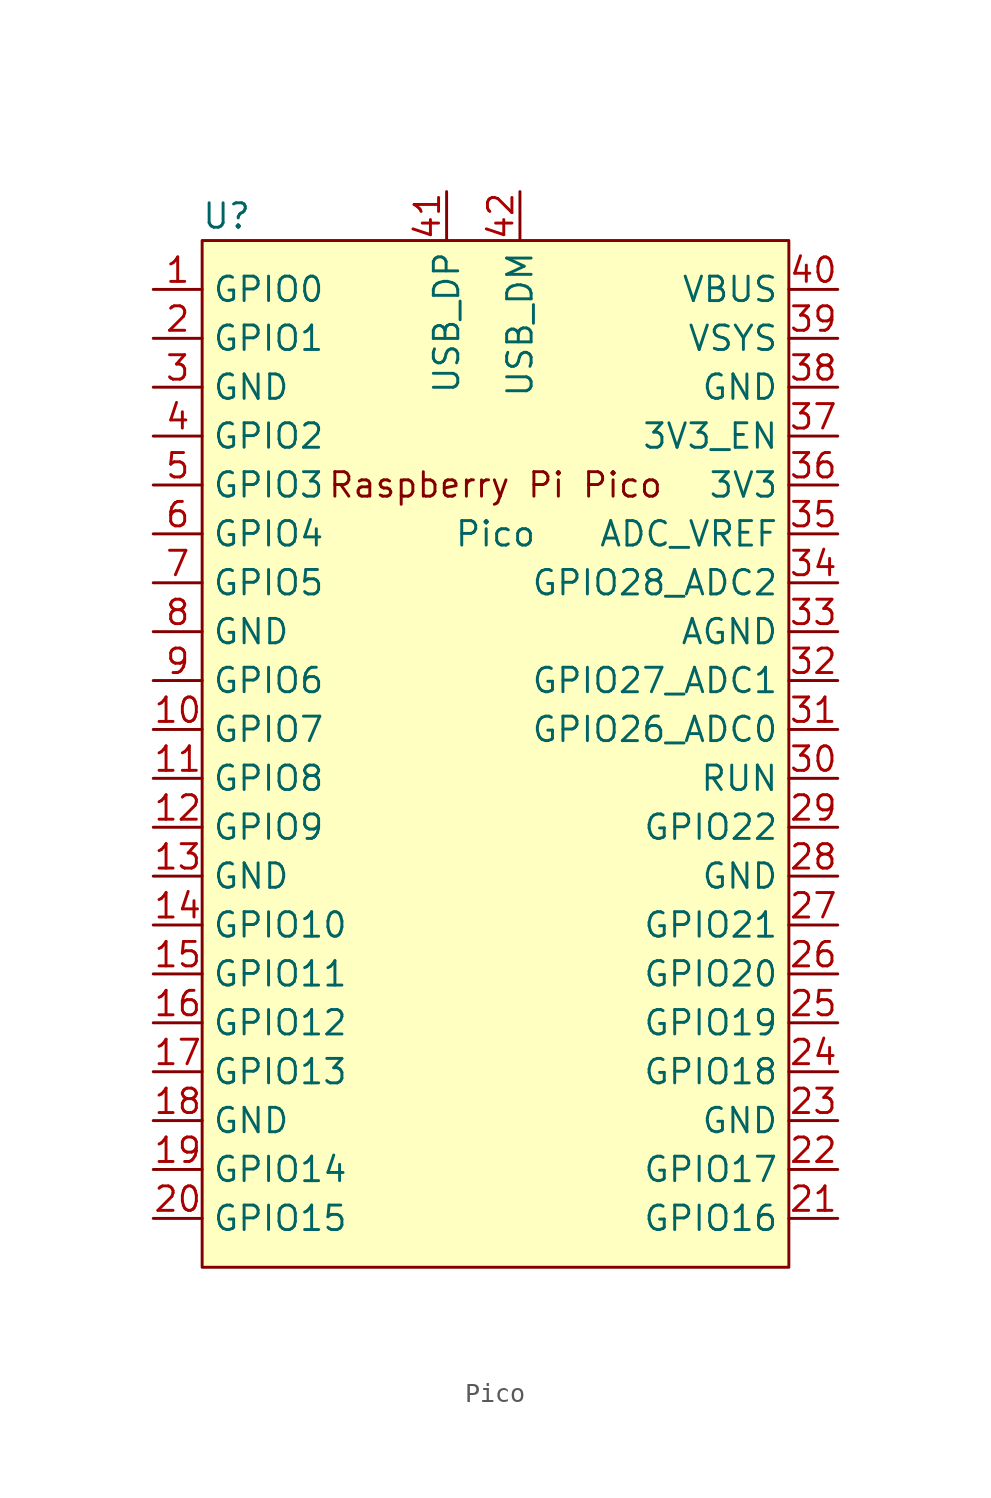
<source format=kicad_sym>
(kicad_symbol_lib
  (version 20211014)
  (generator kicad_symbol_editor)
  (symbol "Pico"
    (property "Reference" "U"
      (at -13.97 27.94 0)
      (effects (font (size 1.27 1.27))))
    (property "Value" "Pico"
      (at 0 11.43 0)
      (effects (font (size 1.27 1.27))))
    (symbol "Pico_0_0"
      (text "Raspberry Pi Pico" (at 0 13.97 0) (effects (font (size 1.27 1.27)))))
    (symbol "Pico_0_1"
      (rectangle (start -15.24 26.67) (end 15.24 -26.67) (stroke (width 0) (type default) (color 0 0 0 0)) (fill (type background))))
    (symbol "Pico_1_1"
      (pin bidirectional line (at -17.78 24.13 0) (length 2.54) (name "GPIO0" (effects (font (size 1.27 1.27)))) (number "1" (effects (font (size 1.27 1.27)))))
      (pin bidirectional line (at -17.78 1.27 0) (length 2.54) (name "GPIO7" (effects (font (size 1.27 1.27)))) (number "10" (effects (font (size 1.27 1.27)))))
      (pin bidirectional line (at -17.78 -1.27 0) (length 2.54) (name "GPIO8" (effects (font (size 1.27 1.27)))) (number "11" (effects (font (size 1.27 1.27)))))
      (pin bidirectional line (at -17.78 -3.81 0) (length 2.54) (name "GPIO9" (effects (font (size 1.27 1.27)))) (number "12" (effects (font (size 1.27 1.27)))))
      (pin power_in line (at -17.78 -6.35 0) (length 2.54) (name "GND" (effects (font (size 1.27 1.27)))) (number "13" (effects (font (size 1.27 1.27)))))
      (pin bidirectional line (at -17.78 -8.89 0) (length 2.54) (name "GPIO10" (effects (font (size 1.27 1.27)))) (number "14" (effects (font (size 1.27 1.27)))))
      (pin bidirectional line (at -17.78 -11.43 0) (length 2.54) (name "GPIO11" (effects (font (size 1.27 1.27)))) (number "15" (effects (font (size 1.27 1.27)))))
      (pin bidirectional line (at -17.78 -13.97 0) (length 2.54) (name "GPIO12" (effects (font (size 1.27 1.27)))) (number "16" (effects (font (size 1.27 1.27)))))
      (pin bidirectional line (at -17.78 -16.51 0) (length 2.54) (name "GPIO13" (effects (font (size 1.27 1.27)))) (number "17" (effects (font (size 1.27 1.27)))))
      (pin power_in line (at -17.78 -19.05 0) (length 2.54) (name "GND" (effects (font (size 1.27 1.27)))) (number "18" (effects (font (size 1.27 1.27)))))
      (pin bidirectional line (at -17.78 -21.59 0) (length 2.54) (name "GPIO14" (effects (font (size 1.27 1.27)))) (number "19" (effects (font (size 1.27 1.27)))))
      (pin bidirectional line (at -17.78 21.59 0) (length 2.54) (name "GPIO1" (effects (font (size 1.27 1.27)))) (number "2" (effects (font (size 1.27 1.27)))))
      (pin bidirectional line (at -17.78 -24.13 0) (length 2.54) (name "GPIO15" (effects (font (size 1.27 1.27)))) (number "20" (effects (font (size 1.27 1.27)))))
      (pin bidirectional line (at 17.78 -24.13 180) (length 2.54) (name "GPIO16" (effects (font (size 1.27 1.27)))) (number "21" (effects (font (size 1.27 1.27)))))
      (pin bidirectional line (at 17.78 -21.59 180) (length 2.54) (name "GPIO17" (effects (font (size 1.27 1.27)))) (number "22" (effects (font (size 1.27 1.27)))))
      (pin power_in line (at 17.78 -19.05 180) (length 2.54) (name "GND" (effects (font (size 1.27 1.27)))) (number "23" (effects (font (size 1.27 1.27)))))
      (pin bidirectional line (at 17.78 -16.51 180) (length 2.54) (name "GPIO18" (effects (font (size 1.27 1.27)))) (number "24" (effects (font (size 1.27 1.27)))))
      (pin bidirectional line (at 17.78 -13.97 180) (length 2.54) (name "GPIO19" (effects (font (size 1.27 1.27)))) (number "25" (effects (font (size 1.27 1.27)))))
      (pin bidirectional line (at 17.78 -11.43 180) (length 2.54) (name "GPIO20" (effects (font (size 1.27 1.27)))) (number "26" (effects (font (size 1.27 1.27)))))
      (pin bidirectional line (at 17.78 -8.89 180) (length 2.54) (name "GPIO21" (effects (font (size 1.27 1.27)))) (number "27" (effects (font (size 1.27 1.27)))))
      (pin power_in line (at 17.78 -6.35 180) (length 2.54) (name "GND" (effects (font (size 1.27 1.27)))) (number "28" (effects (font (size 1.27 1.27)))))
      (pin bidirectional line (at 17.78 -3.81 180) (length 2.54) (name "GPIO22" (effects (font (size 1.27 1.27)))) (number "29" (effects (font (size 1.27 1.27)))))
      (pin power_in line (at -17.78 19.05 0) (length 2.54) (name "GND" (effects (font (size 1.27 1.27)))) (number "3" (effects (font (size 1.27 1.27)))))
      (pin input line (at 17.78 -1.27 180) (length 2.54) (name "RUN" (effects (font (size 1.27 1.27)))) (number "30" (effects (font (size 1.27 1.27)))))
      (pin bidirectional line (at 17.78 1.27 180) (length 2.54) (name "GPIO26_ADC0" (effects (font (size 1.27 1.27)))) (number "31" (effects (font (size 1.27 1.27)))))
      (pin bidirectional line (at 17.78 3.81 180) (length 2.54) (name "GPIO27_ADC1" (effects (font (size 1.27 1.27)))) (number "32" (effects (font (size 1.27 1.27)))))
      (pin power_in line (at 17.78 6.35 180) (length 2.54) (name "AGND" (effects (font (size 1.27 1.27)))) (number "33" (effects (font (size 1.27 1.27)))))
      (pin bidirectional line (at 17.78 8.89 180) (length 2.54) (name "GPIO28_ADC2" (effects (font (size 1.27 1.27)))) (number "34" (effects (font (size 1.27 1.27)))))
      (pin power_in line (at 17.78 11.43 180) (length 2.54) (name "ADC_VREF" (effects (font (size 1.27 1.27)))) (number "35" (effects (font (size 1.27 1.27)))))
      (pin power_in line (at 17.78 13.97 180) (length 2.54) (name "3V3" (effects (font (size 1.27 1.27)))) (number "36" (effects (font (size 1.27 1.27)))))
      (pin input line (at 17.78 16.51 180) (length 2.54) (name "3V3_EN" (effects (font (size 1.27 1.27)))) (number "37" (effects (font (size 1.27 1.27)))))
      (pin bidirectional line (at 17.78 19.05 180) (length 2.54) (name "GND" (effects (font (size 1.27 1.27)))) (number "38" (effects (font (size 1.27 1.27)))))
      (pin power_in line (at 17.78 21.59 180) (length 2.54) (name "VSYS" (effects (font (size 1.27 1.27)))) (number "39" (effects (font (size 1.27 1.27)))))
      (pin bidirectional line (at -17.78 16.51 0) (length 2.54) (name "GPIO2" (effects (font (size 1.27 1.27)))) (number "4" (effects (font (size 1.27 1.27)))))
      (pin power_in line (at 17.78 24.13 180) (length 2.54) (name "VBUS" (effects (font (size 1.27 1.27)))) (number "40" (effects (font (size 1.27 1.27)))))
      (pin bidirectional line (at -2.54 29.21 270) (length 2.54) (name "USB_DP" (effects (font (size 1.27 1.27)))) (number "41" (effects (font (size 1.27 1.27)))))
      (pin bidirectional line (at 1.27 29.21 270) (length 2.54) (name "USB_DM" (effects (font (size 1.27 1.27)))) (number "42" (effects (font (size 1.27 1.27)))))
      (pin bidirectional line (at -17.78 13.97 0) (length 2.54) (name "GPIO3" (effects (font (size 1.27 1.27)))) (number "5" (effects (font (size 1.27 1.27)))))
      (pin bidirectional line (at -17.78 11.43 0) (length 2.54) (name "GPIO4" (effects (font (size 1.27 1.27)))) (number "6" (effects (font (size 1.27 1.27)))))
      (pin bidirectional line (at -17.78 8.89 0) (length 2.54) (name "GPIO5" (effects (font (size 1.27 1.27)))) (number "7" (effects (font (size 1.27 1.27)))))
      (pin power_in line (at -17.78 6.35 0) (length 2.54) (name "GND" (effects (font (size 1.27 1.27)))) (number "8" (effects (font (size 1.27 1.27)))))
      (pin bidirectional line (at -17.78 3.81 0) (length 2.54) (name "GPIO6" (effects (font (size 1.27 1.27)))) (number "9" (effects (font (size 1.27 1.27))))))))
</source>
